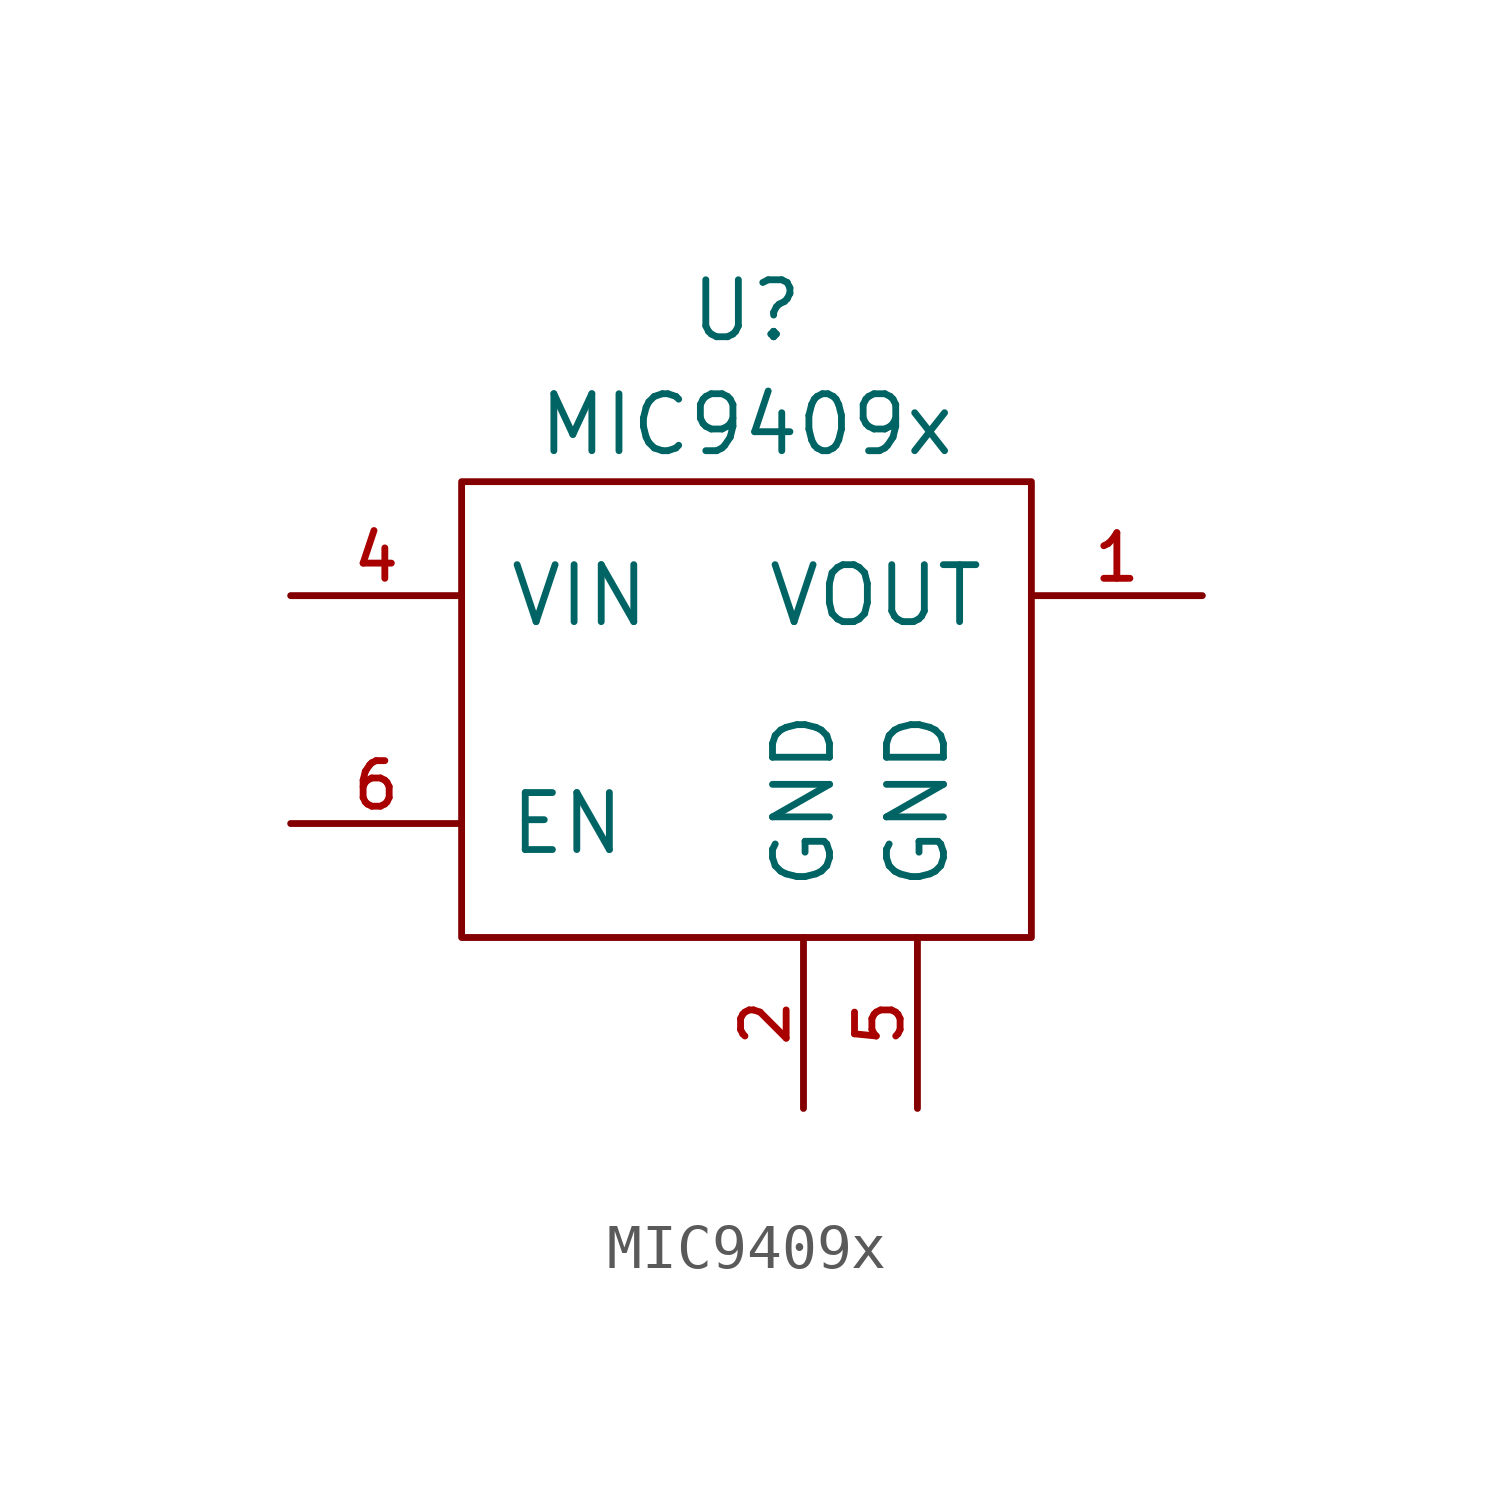
<source format=kicad_sym>
(kicad_symbol_lib
  (version 20211014)
  (generator kicad_symbol_editor)
  (symbol "MIC9409x"
    (pin_names
      (offset 1.016))
    (property "Reference" "U"
      (at 0 10.16 0)
      (effects (font (size 1.27 1.27))))
    (property "Value" "MIC9409x"
      (at 0 7.62 0)
      (effects (font (size 1.27 1.27))))
    (symbol "MIC9409x_0_1"
      (rectangle (start -6.35 6.35) (end 6.35 -3.81) (stroke (width 0) (type default) (color 0 0 0 0)) (fill (type none))))
    (symbol "MIC9409x_1_1"
      (pin power_out line (at 10.16 3.81 180) (length 3.81) (name "VOUT" (effects (font (size 1.27 1.27)))) (number "1" (effects (font (size 1.016 1.016)))))
      (pin power_in line (at 1.27 -7.62 90) (length 3.81) (name "GND" (effects (font (size 1.27 1.27)))) (number "2" (effects (font (size 1.016 1.016)))))
      (pin power_in line (at -10.16 3.81 0) (length 3.81) (name "VIN" (effects (font (size 1.27 1.27)))) (number "4" (effects (font (size 1.016 1.016)))))
      (pin power_in line (at 3.81 -7.62 90) (length 3.81) (name "GND" (effects (font (size 1.27 1.27)))) (number "5" (effects (font (size 1.016 1.016)))))
      (pin input line (at -10.16 -1.27 0) (length 3.81) (name "EN" (effects (font (size 1.27 1.27)))) (number "6" (effects (font (size 1.016 1.016))))))))
</source>
